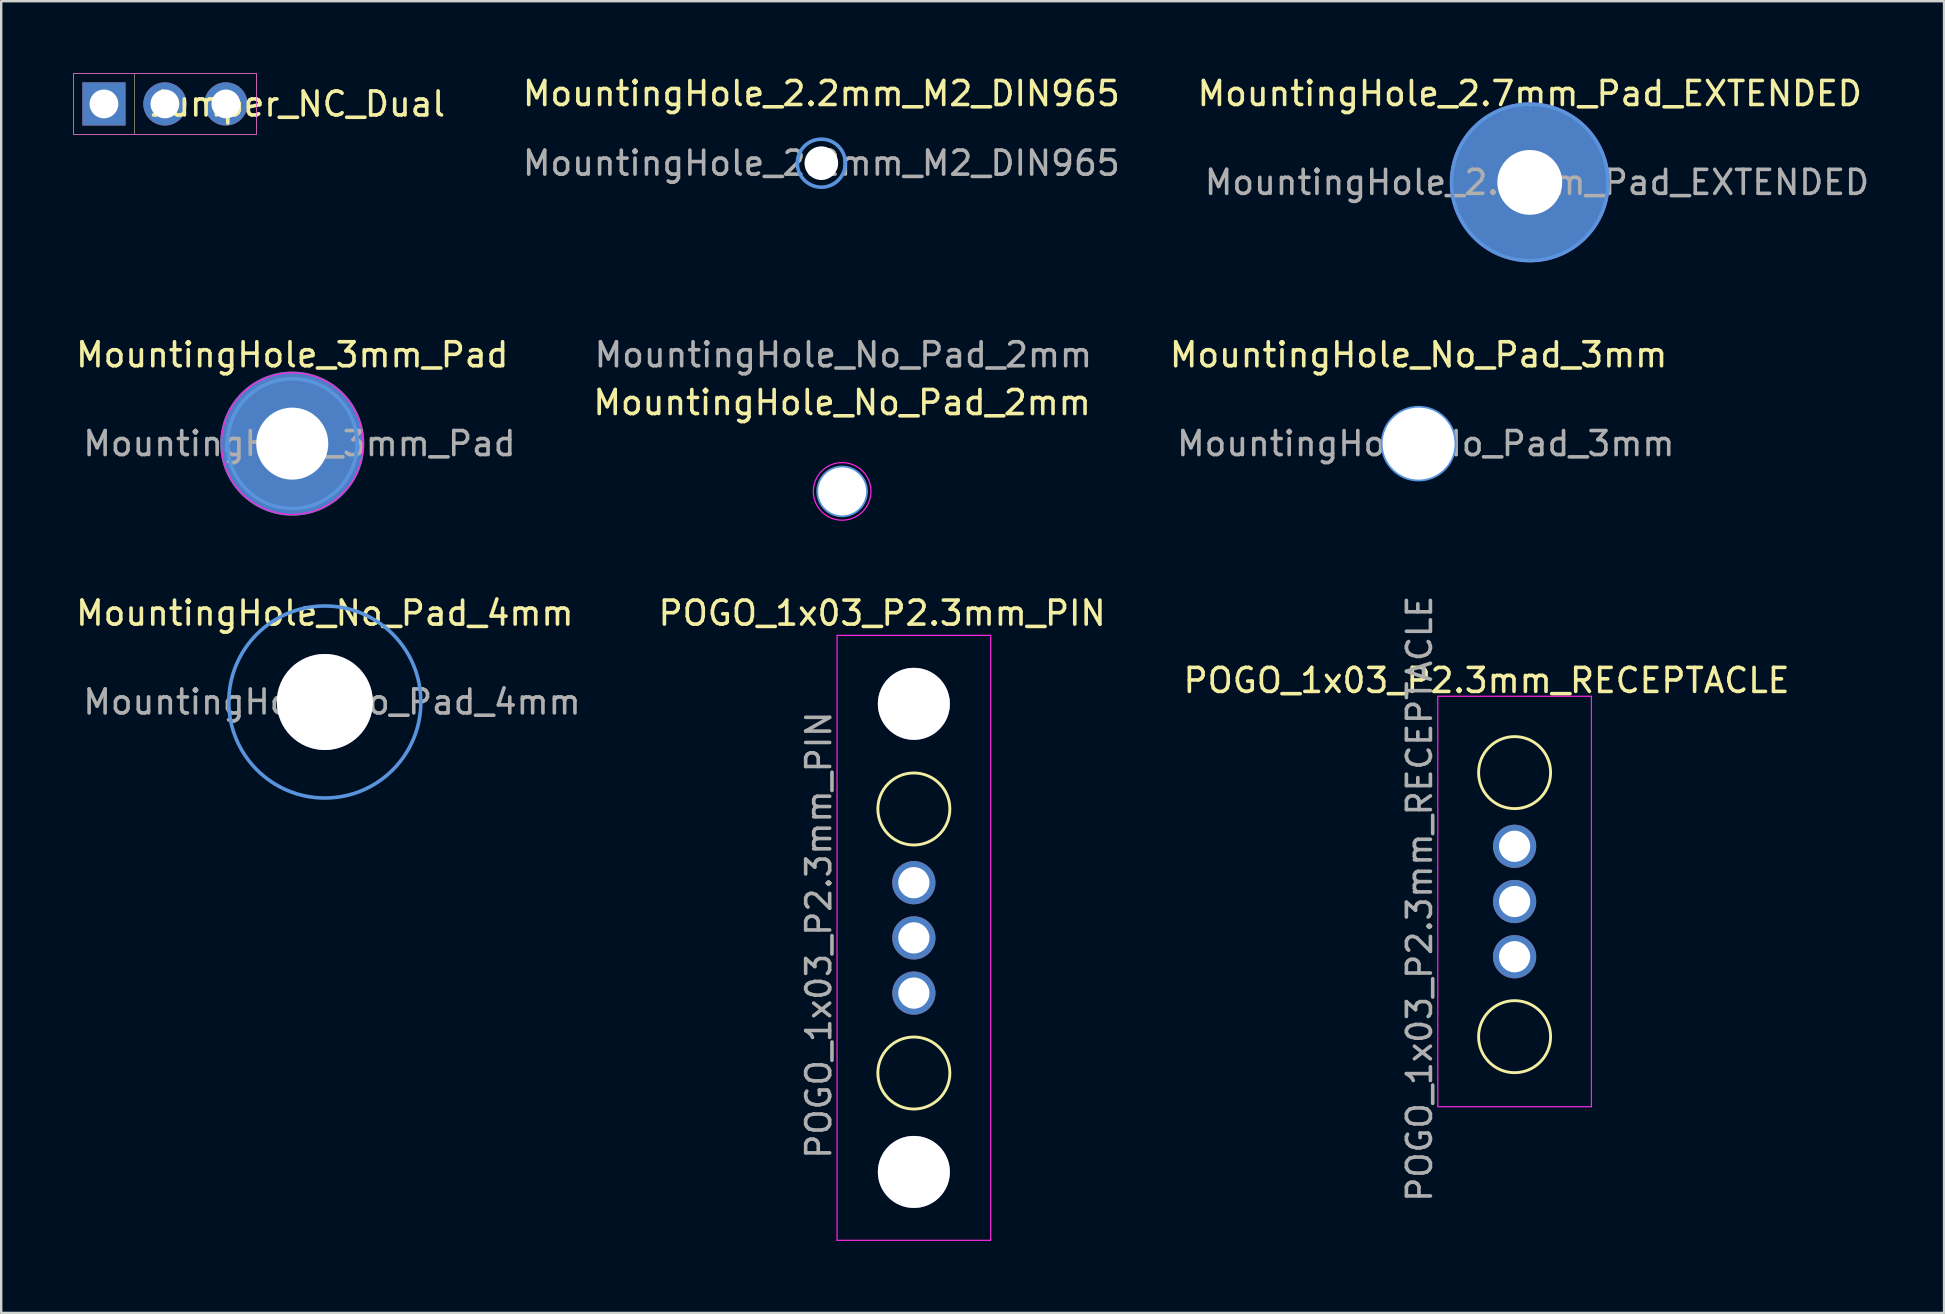
<source format=kicad_pcb>
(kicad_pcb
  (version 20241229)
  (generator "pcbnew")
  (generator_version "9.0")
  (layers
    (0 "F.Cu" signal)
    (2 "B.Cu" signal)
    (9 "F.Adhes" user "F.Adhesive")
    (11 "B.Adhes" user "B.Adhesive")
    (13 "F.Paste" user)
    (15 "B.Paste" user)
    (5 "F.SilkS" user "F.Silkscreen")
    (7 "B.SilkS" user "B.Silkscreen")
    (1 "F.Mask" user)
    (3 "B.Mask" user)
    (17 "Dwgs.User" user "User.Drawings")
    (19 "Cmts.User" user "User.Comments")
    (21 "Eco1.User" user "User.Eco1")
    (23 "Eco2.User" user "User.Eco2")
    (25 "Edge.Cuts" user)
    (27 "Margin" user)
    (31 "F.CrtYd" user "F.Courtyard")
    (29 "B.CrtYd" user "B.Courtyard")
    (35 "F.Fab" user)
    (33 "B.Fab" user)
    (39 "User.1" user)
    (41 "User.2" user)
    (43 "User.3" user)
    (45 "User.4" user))
  (footprint "MountingHole_2.7mm_Pad_EXTENDED"
    (layer "F.Cu")
    (at 60.678 4.548)
    (property "Reference" "MountingHole_2.7mm_Pad_EXTENDED" (at 0 -3.7 0) (layer "F.SilkS") (effects (font (size 1 1) (thickness 0.15))))
    (attr exclude_from_pos_files exclude_from_bom)
    (fp_circle (center 0 0) (end 3.26 0) (stroke (width 0.15) (type solid)) (fill no) (layer "Cmts.User"))
    (fp_circle (center 0 0) (end 3.3 0) (stroke (width 0.05) (type solid)) (fill no) (layer "F.CrtYd"))
    (fp_text user "${REFERENCE}" (at 0.3 0 0) (layer "F.Fab") (effects (font (size 1 1) (thickness 0.15))))
    (pad "1" thru_hole circle (at 0 0) (size 6.5 6.5) (drill 2.7) (layers "*.Cu" "*.Mask")))
  (footprint "POGO_1x03_P2.3mm_RECEPTACLE"
    (layer "F.Cu")
    (at 60.046 32.206)
    (property "Reference" "POGO_1x03_P2.3mm_RECEPTACLE" (at -1.168 -6.909 0) (layer "F.SilkS") (effects (font (size 1 1) (thickness 0.15))))
    (attr through_hole)
    (fp_circle (center 0 -3.07) (end 1.5 -3.07) (stroke (width 0.12) (type default)) (fill no) (layer "F.SilkS"))
    (fp_circle (center 0 7.93) (end 1.5 7.93) (stroke (width 0.12) (type default)) (fill no) (layer "F.SilkS"))
    (fp_line (start -3.2 -6.25) (end -3.2 10.85) (stroke (width 0.05) (type solid)) (layer "F.CrtYd"))
    (fp_line (start -3.2 10.85) (end 3.2 10.85) (stroke (width 0.05) (type default)) (layer "F.CrtYd"))
    (fp_line (start 3.2 -6.25) (end -3.2 -6.25) (stroke (width 0.05) (type default)) (layer "F.CrtYd"))
    (fp_line (start 3.2 10.85) (end 3.2 -6.25) (stroke (width 0.05) (type solid)) (layer "F.CrtYd"))
    (fp_text user "${REFERENCE}" (at -3.962 2.184 90) (layer "F.Fab") (effects (font (size 1 1) (thickness 0.15))))
    (pad "1" thru_hole circle (at 0 0) (size 1.8 1.8) (drill 1.3) (layers "*.Cu" "*.Mask"))
    (pad "2" thru_hole oval (at 0 2.3) (size 1.8 1.8) (drill 1.3) (layers "*.Cu" "*.Mask"))
    (pad "3" thru_hole oval (at 0 4.6) (size 1.8 1.8) (drill 1.3) (layers "*.Cu" "*.Mask")))
  (footprint "MountingHole_2.2mm_M2_DIN965"
    (layer "F.Cu")
    (at 31.166 3.748)
    (property "Reference" "MountingHole_2.2mm_M2_DIN965" (at 0 -2.9 0) (layer "F.SilkS") (effects (font (size 1 1) (thickness 0.15))))
    (attr board_only exclude_from_pos_files exclude_from_bom)
    (fp_circle (center 0 0) (end 1 0) (stroke (width 0.15) (type solid)) (fill no) (layer "Cmts.User"))
    (fp_circle (center 0 0) (end 1 0) (stroke (width 0.05) (type solid)) (fill no) (layer "F.CrtYd"))
    (fp_text user "${REFERENCE}" (at 0 0 0) (layer "F.Fab") (effects (font (size 1 1) (thickness 0.15))))
    (pad "" np_thru_hole circle (at 0 0) (size 1.4 1.4) (drill 1.4) (layers "*.Cu" "*.Mask")))
  (footprint "MountingHole_No_Pad_2mm"
    (layer "F.Cu")
    (at 32.032 17.421)
    (property "Reference" "MountingHole_No_Pad_2mm" (at 0 -3.7 0) (layer "F.SilkS") (effects (font (size 1 1) (thickness 0.15))))
    (attr exclude_from_pos_files exclude_from_bom)
    (fp_circle (center 0 0) (end 1 0) (stroke (width 0.15) (type solid)) (fill no) (layer "Cmts.User"))
    (fp_circle (center 0 0) (end 1.2 0) (stroke (width 0.05) (type solid)) (fill no) (layer "F.CrtYd"))
    (fp_text user "${REFERENCE}" (at 0.051 -5.69 0) (layer "F.Fab") (effects (font (size 1 1) (thickness 0.15))))
    (pad "1" thru_hole circle (at 0 0) (size 2 2) (drill 2) (layers "*.Cu" "*.Mask")))
  (footprint "Jumper_NC_Dual"
    (layer "F.Cu")
    (at 3.82 1.28)
    (property "Reference" "Jumper_NC_Dual" (at 5.524 0.004 0) (layer "F.SilkS") (effects (font (size 1 1) (thickness 0.15))))
    (attr through_hole)
    (fp_line (start -3.81 -1.27) (end -3.81 1.27) (stroke (width 0.02) (type solid)) (layer "F.SilkS"))
    (fp_line (start -3.81 1.27) (end 3.81 1.27) (stroke (width 0.02) (type solid)) (layer "F.SilkS"))
    (fp_line (start -1.27 -1.27) (end -1.27 1.27) (stroke (width 0.02) (type solid)) (layer "F.SilkS"))
    (fp_line (start 3.81 -1.27) (end -3.81 -1.27) (stroke (width 0.02) (type solid)) (layer "F.SilkS"))
    (fp_line (start 3.81 1.27) (end 3.81 -1.27) (stroke (width 0.02) (type solid)) (layer "F.SilkS"))
    (fp_line (start -3.81 -1.27) (end 3.81 -1.27) (stroke (width 0.02) (type solid)) (layer "F.CrtYd"))
    (fp_line (start -3.81 1.27) (end -3.81 -1.27) (stroke (width 0.02) (type solid)) (layer "F.CrtYd"))
    (fp_line (start 3.81 -1.27) (end 3.81 1.27) (stroke (width 0.02) (type solid)) (layer "F.CrtYd"))
    (fp_line (start 3.81 1.27) (end -3.81 1.27) (stroke (width 0.02) (type solid)) (layer "F.CrtYd"))
    (fp_line (start -3.81 -1.27) (end -3.81 1.27) (stroke (width 0.02) (type solid)) (layer "F.Fab"))
    (fp_line (start -3.81 1.27) (end 3.81 1.27) (stroke (width 0.02) (type solid)) (layer "F.Fab"))
    (fp_line (start 3.81 -1.27) (end -3.81 -1.27) (stroke (width 0.02) (type solid)) (layer "F.Fab"))
    (fp_line (start 3.81 1.27) (end 3.81 -1.27) (stroke (width 0.02) (type solid)) (layer "F.Fab"))
    (pad "1" thru_hole rect (at -2.54 0) (size 1.8 1.8) (drill 1.2) (layers "*.Cu" "*.Mask"))
    (pad "2" thru_hole circle (at 0 0) (size 1.8 1.8) (drill 1.2) (layers "*.Cu" "*.Mask"))
    (pad "3" thru_hole circle (at 2.54 0) (size 1.8 1.8) (drill 1.2) (layers "*.Cu" "*.Mask")))
  (footprint "MountingHole_No_Pad_3mm"
    (layer "F.Cu")
    (at 56.047 15.431)
    (property "Reference" "MountingHole_No_Pad_3mm" (at 0 -3.7 0) (layer "F.SilkS") (effects (font (size 1 1) (thickness 0.15))))
    (attr exclude_from_pos_files exclude_from_bom)
    (fp_circle (center 0 0) (end 1.5 0) (stroke (width 0.15) (type solid)) (fill no) (layer "Cmts.User"))
    (fp_circle (center 0 0) (end 1.5 0) (stroke (width 0.05) (type solid)) (fill no) (layer "F.CrtYd"))
    (fp_text user "${REFERENCE}" (at 0.3 0 0) (layer "F.Fab") (effects (font (size 1 1) (thickness 0.15))))
    (pad "1" thru_hole circle (at 0 0) (size 3 3) (drill 3) (layers "*.Cu" "*.Mask")))
  (footprint "POGO_1x03_P2.3mm_PIN"
    (layer "F.Cu")
    (at 35.02 33.721)
    (property "Reference" "POGO_1x03_P2.3mm_PIN" (at -1.321 -11.227 0) (layer "F.SilkS") (effects (font (size 1 1) (thickness 0.15))))
    (attr through_hole)
    (fp_circle (center 0 -3.07) (end 1.5 -3.07) (stroke (width 0.12) (type default)) (fill no) (layer "F.SilkS"))
    (fp_circle (center 0 7.93) (end 1.5 7.93) (stroke (width 0.12) (type default)) (fill no) (layer "F.SilkS"))
    (fp_line (start -3.2 -10.3) (end -3.2 14.9) (stroke (width 0.05) (type solid)) (layer "F.CrtYd"))
    (fp_line (start -3.2 14.9) (end 3.2 14.9) (stroke (width 0.05) (type solid)) (layer "F.CrtYd"))
    (fp_line (start 3.2 -10.3) (end -3.2 -10.3) (stroke (width 0.05) (type solid)) (layer "F.CrtYd"))
    (fp_line (start 3.2 14.9) (end 3.2 -10.3) (stroke (width 0.05) (type solid)) (layer "F.CrtYd"))
    (fp_text user "${REFERENCE}" (at -3.962 2.184 90) (layer "F.Fab") (effects (font (size 1 1) (thickness 0.15))))
    (pad "1" thru_hole circle (at 0 0) (size 1.8 1.8) (drill 1.3) (layers "*.Cu" "*.Mask"))
    (pad "2" thru_hole oval (at 0 2.3) (size 1.8 1.8) (drill 1.3) (layers "*.Cu" "*.Mask"))
    (pad "3" thru_hole oval (at 0 4.6) (size 1.8 1.8) (drill 1.3) (layers "*.Cu" "*.Mask"))
    (pad "4" thru_hole circle (at 0 -7.45) (size 3 3) (drill 3) (layers "*.Cu" "*.Mask"))
    (pad "5" thru_hole circle (at 0 12.05) (size 3 3) (drill 3) (layers "*.Cu" "*.Mask")))
  (footprint "MountingHole_No_Pad_4mm"
    (layer "F.Cu")
    (at 10.482 26.194)
    (property "Reference" "MountingHole_No_Pad_4mm" (at 0 -3.7 0) (layer "F.SilkS") (effects (font (size 1 1) (thickness 0.15))))
    (attr exclude_from_pos_files exclude_from_bom)
    (fp_circle (center 0 0) (end 4 0) (stroke (width 0.15) (type solid)) (fill no) (layer "Cmts.User"))
    (fp_circle (center 0 0) (end 1.5 0) (stroke (width 0.05) (type solid)) (fill no) (layer "F.CrtYd"))
    (fp_text user "${REFERENCE}" (at 0.3 0 0) (layer "F.Fab") (effects (font (size 1 1) (thickness 0.15))))
    (pad "1" thru_hole circle (at 0 0) (size 4 4) (drill 4) (layers "*.Cu" "*.Mask")))
  (footprint "MountingHole_3mm_Pad"
    (layer "F.Cu")
    (at 9.125 15.431)
    (property "Reference" "MountingHole_3mm_Pad" (at 0 -3.7 0) (layer "F.SilkS") (effects (font (size 1 1) (thickness 0.15))))
    (attr exclude_from_pos_files exclude_from_bom)
    (fp_circle (center 0 0) (end 2.7 0) (stroke (width 0.15) (type solid)) (fill no) (layer "Cmts.User"))
    (fp_circle (center 0 0) (end 2.95 0) (stroke (width 0.05) (type solid)) (fill no) (layer "F.CrtYd"))
    (fp_text user "${REFERENCE}" (at 0.3 0 0) (layer "F.Fab") (effects (font (size 1 1) (thickness 0.15))))
    (pad "1" thru_hole circle (at 0 0) (size 6 6) (drill 3) (layers "*.Cu" "*.Mask")))
  (gr_rect
    (start -3 -3)
    (end 77.936 51.646)
    (stroke (width 0.1) (type default))
    (fill no)
    (layer "Edge.Cuts")))
</source>
